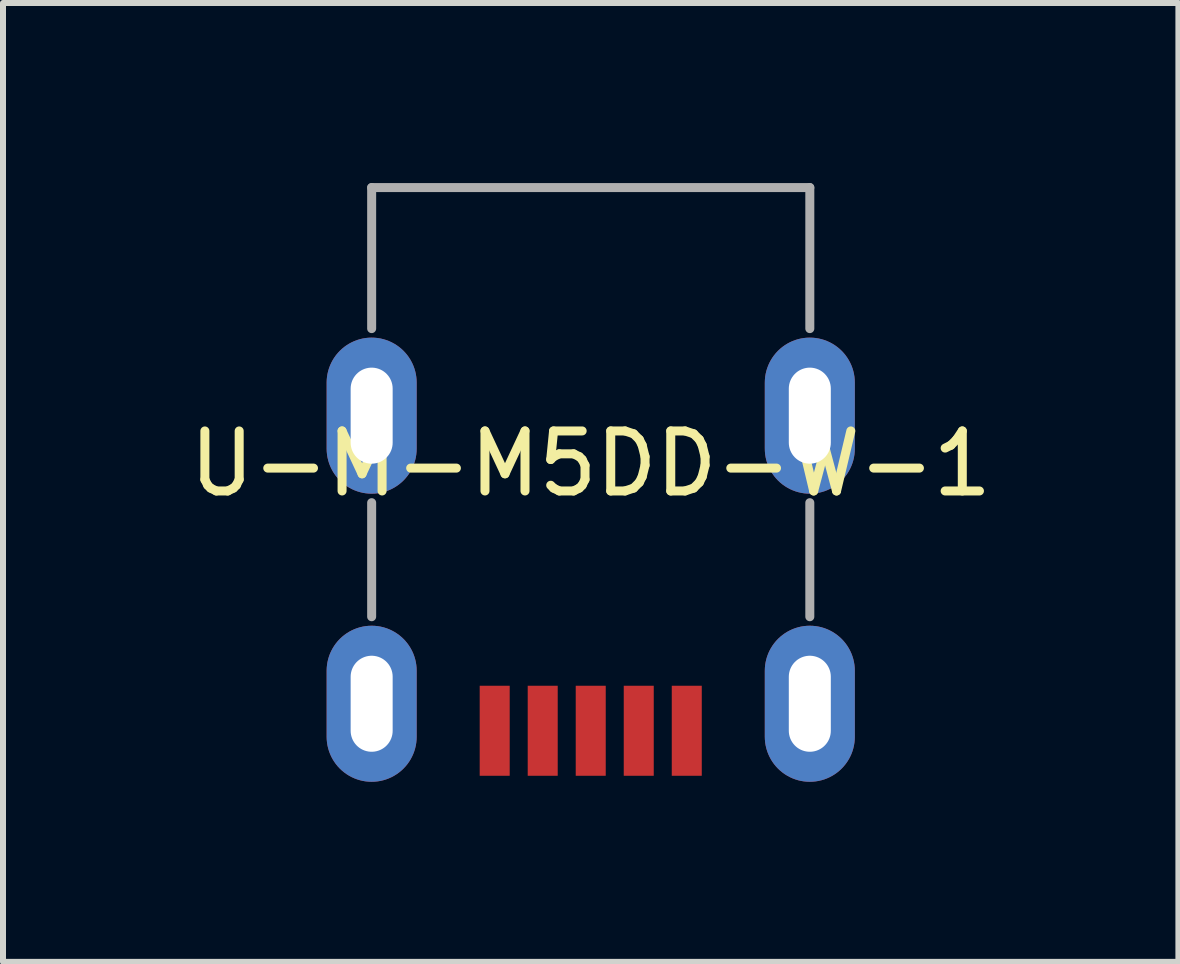
<source format=kicad_pcb>
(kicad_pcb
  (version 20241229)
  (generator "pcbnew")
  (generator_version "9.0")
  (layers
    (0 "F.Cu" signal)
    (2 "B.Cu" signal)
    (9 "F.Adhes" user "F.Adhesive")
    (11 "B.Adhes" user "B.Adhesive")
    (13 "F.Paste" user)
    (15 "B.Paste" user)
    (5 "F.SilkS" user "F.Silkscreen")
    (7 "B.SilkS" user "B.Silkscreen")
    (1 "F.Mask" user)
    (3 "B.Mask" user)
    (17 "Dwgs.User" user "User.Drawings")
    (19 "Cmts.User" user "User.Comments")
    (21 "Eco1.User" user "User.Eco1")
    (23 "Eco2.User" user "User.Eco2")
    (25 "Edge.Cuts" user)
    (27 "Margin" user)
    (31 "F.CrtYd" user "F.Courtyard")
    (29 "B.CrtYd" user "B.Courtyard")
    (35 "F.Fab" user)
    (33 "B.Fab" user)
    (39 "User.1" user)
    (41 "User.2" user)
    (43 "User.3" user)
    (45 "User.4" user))
  (footprint "U-M-M5DD-W-1"
    (layer "F.Cu")
    (at 6.792 3.875)
    (property "Reference" "U-M-M5DD-W-1" (at 0 0.8 0) (layer "F.SilkS") (effects (font (size 1 1) (thickness 0.15))))
    (attr through_hole)
    (fp_line (start -3.65 -3.8) (end 3.65 -3.8) (stroke (width 0.15) (type solid)) (layer "F.Fab"))
    (fp_line (start -3.65 -1.45) (end -3.65 -3.8) (stroke (width 0.15) (type solid)) (layer "F.Fab"))
    (fp_line (start -3.65 3.35) (end -3.65 1.45) (stroke (width 0.15) (type solid)) (layer "F.Fab"))
    (fp_line (start 3.65 -3.8) (end 3.65 -1.45) (stroke (width 0.15) (type solid)) (layer "F.Fab"))
    (fp_line (start 3.65 1.45) (end 3.65 3.35) (stroke (width 0.15) (type solid)) (layer "F.Fab"))
    (pad "1" smd rect (at 1.6 5.25 180) (size 0.5 1.5) (layers "F.Cu" "F.Mask" "F.Paste"))
    (pad "2" smd rect (at 0.8 5.25 180) (size 0.5 1.5) (layers "F.Cu" "F.Mask" "F.Paste"))
    (pad "3" smd rect (at 0 5.25 180) (size 0.5 1.5) (layers "F.Cu" "F.Mask" "F.Paste"))
    (pad "4" smd rect (at -0.8 5.25 180) (size 0.5 1.5) (layers "F.Cu" "F.Mask" "F.Paste"))
    (pad "5" smd rect (at -1.6 5.25 180) (size 0.5 1.5) (layers "F.Cu" "F.Mask" "F.Paste"))
    (pad "6" thru_hole oval (at -3.65 0 180) (size 1.5 2.6) (drill oval 0.7 1.6) (layers "*.Cu" "*.Mask"))
    (pad "6" thru_hole oval (at -3.65 4.8 180) (size 1.5 2.6) (drill oval 0.7 1.6) (layers "*.Cu" "*.Mask"))
    (pad "6" thru_hole oval (at 3.65 0 180) (size 1.5 2.6) (drill oval 0.7 1.6) (layers "*.Cu" "*.Mask"))
    (pad "6" thru_hole oval (at 3.65 4.8 180) (size 1.5 2.6) (drill oval 0.7 1.6) (layers "*.Cu" "*.Mask")))
  (gr_rect
    (start -3 -3)
    (end 16.583 12.975)
    (stroke (width 0.1) (type default))
    (fill no)
    (layer "Edge.Cuts")))
</source>
